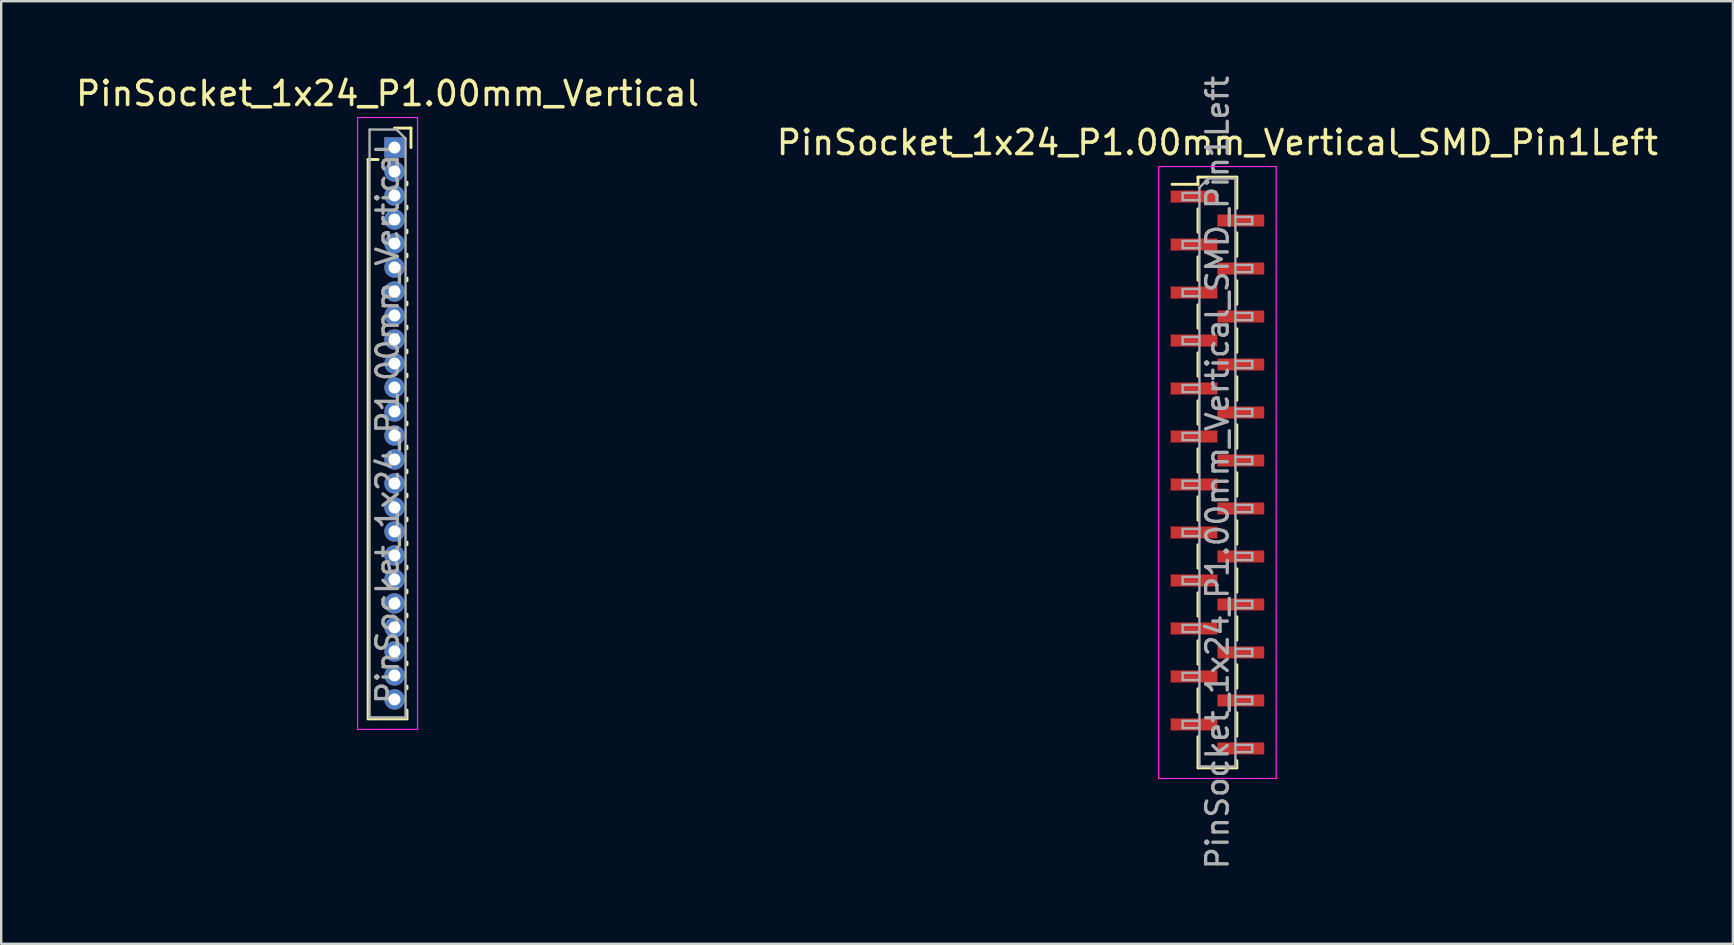
<source format=kicad_pcb>
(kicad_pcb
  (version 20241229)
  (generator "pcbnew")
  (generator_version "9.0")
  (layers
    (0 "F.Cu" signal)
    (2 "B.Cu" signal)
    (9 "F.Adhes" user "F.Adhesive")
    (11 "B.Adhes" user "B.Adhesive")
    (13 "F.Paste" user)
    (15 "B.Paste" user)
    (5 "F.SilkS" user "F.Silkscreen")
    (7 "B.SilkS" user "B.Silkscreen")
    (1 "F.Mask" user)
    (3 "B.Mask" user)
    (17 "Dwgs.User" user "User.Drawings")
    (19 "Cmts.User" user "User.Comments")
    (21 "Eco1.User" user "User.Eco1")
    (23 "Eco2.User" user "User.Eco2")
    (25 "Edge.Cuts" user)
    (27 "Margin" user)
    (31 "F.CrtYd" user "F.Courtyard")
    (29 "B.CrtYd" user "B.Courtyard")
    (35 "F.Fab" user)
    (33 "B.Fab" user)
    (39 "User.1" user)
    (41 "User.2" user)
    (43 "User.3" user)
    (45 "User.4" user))
  (footprint "PinSocket_1x24_P1.00mm_Vertical"
    (layer "F.Cu")
    (at 13.391 3.098)
    (property "Reference" "PinSocket_1x24_P1.00mm_Vertical" (at -0.29 -2.25 0) (layer "F.SilkS") (effects (font (size 1 1) (thickness 0.15))))
    (attr through_hole)
    (fp_line (start -1.1 0.5) (end -1.1 23.81) (stroke (width 0.12) (type solid)) (layer "F.SilkS"))
    (fp_line (start -1.1 0.5) (end -0.685 0.5) (stroke (width 0.12) (type solid)) (layer "F.SilkS"))
    (fp_line (start -1.1 23.81) (end 0.52 23.81) (stroke (width 0.12) (type solid)) (layer "F.SilkS"))
    (fp_line (start 0 -0.81) (end 0.685 -0.81) (stroke (width 0.12) (type solid)) (layer "F.SilkS"))
    (fp_line (start 0.52 1.446) (end 0.52 1.554) (stroke (width 0.12) (type solid)) (layer "F.SilkS"))
    (fp_line (start 0.52 2.446) (end 0.52 2.554) (stroke (width 0.12) (type solid)) (layer "F.SilkS"))
    (fp_line (start 0.52 3.446) (end 0.52 3.554) (stroke (width 0.12) (type solid)) (layer "F.SilkS"))
    (fp_line (start 0.52 4.446) (end 0.52 4.554) (stroke (width 0.12) (type solid)) (layer "F.SilkS"))
    (fp_line (start 0.52 5.446) (end 0.52 5.554) (stroke (width 0.12) (type solid)) (layer "F.SilkS"))
    (fp_line (start 0.52 6.446) (end 0.52 6.554) (stroke (width 0.12) (type solid)) (layer "F.SilkS"))
    (fp_line (start 0.52 7.446) (end 0.52 7.554) (stroke (width 0.12) (type solid)) (layer "F.SilkS"))
    (fp_line (start 0.52 8.446) (end 0.52 8.554) (stroke (width 0.12) (type solid)) (layer "F.SilkS"))
    (fp_line (start 0.52 9.446) (end 0.52 9.554) (stroke (width 0.12) (type solid)) (layer "F.SilkS"))
    (fp_line (start 0.52 10.446) (end 0.52 10.554) (stroke (width 0.12) (type solid)) (layer "F.SilkS"))
    (fp_line (start 0.52 11.446) (end 0.52 11.554) (stroke (width 0.12) (type solid)) (layer "F.SilkS"))
    (fp_line (start 0.52 12.446) (end 0.52 12.554) (stroke (width 0.12) (type solid)) (layer "F.SilkS"))
    (fp_line (start 0.52 13.446) (end 0.52 13.554) (stroke (width 0.12) (type solid)) (layer "F.SilkS"))
    (fp_line (start 0.52 14.446) (end 0.52 14.554) (stroke (width 0.12) (type solid)) (layer "F.SilkS"))
    (fp_line (start 0.52 15.446) (end 0.52 15.554) (stroke (width 0.12) (type solid)) (layer "F.SilkS"))
    (fp_line (start 0.52 16.446) (end 0.52 16.554) (stroke (width 0.12) (type solid)) (layer "F.SilkS"))
    (fp_line (start 0.52 17.446) (end 0.52 17.554) (stroke (width 0.12) (type solid)) (layer "F.SilkS"))
    (fp_line (start 0.52 18.446) (end 0.52 18.554) (stroke (width 0.12) (type solid)) (layer "F.SilkS"))
    (fp_line (start 0.52 19.446) (end 0.52 19.554) (stroke (width 0.12) (type solid)) (layer "F.SilkS"))
    (fp_line (start 0.52 20.446) (end 0.52 20.554) (stroke (width 0.12) (type solid)) (layer "F.SilkS"))
    (fp_line (start 0.52 21.446) (end 0.52 21.554) (stroke (width 0.12) (type solid)) (layer "F.SilkS"))
    (fp_line (start 0.52 22.446) (end 0.52 22.554) (stroke (width 0.12) (type solid)) (layer "F.SilkS"))
    (fp_line (start 0.52 23.446) (end 0.52 23.81) (stroke (width 0.12) (type solid)) (layer "F.SilkS"))
    (fp_line (start 0.685 -0.81) (end 0.685 0) (stroke (width 0.12) (type solid)) (layer "F.SilkS"))
    (fp_line (start -1.54 -1.25) (end 0.96 -1.25) (stroke (width 0.05) (type solid)) (layer "F.CrtYd"))
    (fp_line (start -1.54 24.25) (end -1.54 -1.25) (stroke (width 0.05) (type solid)) (layer "F.CrtYd"))
    (fp_line (start 0.96 -1.25) (end 0.96 24.25) (stroke (width 0.05) (type solid)) (layer "F.CrtYd"))
    (fp_line (start 0.96 24.25) (end -1.54 24.25) (stroke (width 0.05) (type solid)) (layer "F.CrtYd"))
    (fp_line (start -1.04 -0.75) (end 0.085 -0.75) (stroke (width 0.1) (type solid)) (layer "F.Fab"))
    (fp_line (start -1.04 23.75) (end -1.04 -0.75) (stroke (width 0.1) (type solid)) (layer "F.Fab"))
    (fp_line (start 0.085 -0.75) (end 0.46 -0.375) (stroke (width 0.1) (type solid)) (layer "F.Fab"))
    (fp_line (start 0.46 -0.375) (end 0.46 23.75) (stroke (width 0.1) (type solid)) (layer "F.Fab"))
    (fp_line (start 0.46 23.75) (end -1.04 23.75) (stroke (width 0.1) (type solid)) (layer "F.Fab"))
    (fp_text user "${REFERENCE}" (at -0.29 11.5 90) (layer "F.Fab") (effects (font (size 0.9 0.9) (thickness 0.14))))
    (pad "1" thru_hole rect (at 0 0) (size 0.85 0.85) (drill 0.5) (layers "*.Cu" "*.Mask"))
    (pad "2" thru_hole oval (at 0 1) (size 0.85 0.85) (drill 0.5) (layers "*.Cu" "*.Mask"))
    (pad "3" thru_hole oval (at 0 2) (size 0.85 0.85) (drill 0.5) (layers "*.Cu" "*.Mask"))
    (pad "4" thru_hole oval (at 0 3) (size 0.85 0.85) (drill 0.5) (layers "*.Cu" "*.Mask"))
    (pad "5" thru_hole oval (at 0 4) (size 0.85 0.85) (drill 0.5) (layers "*.Cu" "*.Mask"))
    (pad "6" thru_hole oval (at 0 5) (size 0.85 0.85) (drill 0.5) (layers "*.Cu" "*.Mask"))
    (pad "7" thru_hole oval (at 0 6) (size 0.85 0.85) (drill 0.5) (layers "*.Cu" "*.Mask"))
    (pad "8" thru_hole oval (at 0 7) (size 0.85 0.85) (drill 0.5) (layers "*.Cu" "*.Mask"))
    (pad "9" thru_hole oval (at 0 8) (size 0.85 0.85) (drill 0.5) (layers "*.Cu" "*.Mask"))
    (pad "10" thru_hole oval (at 0 9) (size 0.85 0.85) (drill 0.5) (layers "*.Cu" "*.Mask"))
    (pad "11" thru_hole oval (at 0 10) (size 0.85 0.85) (drill 0.5) (layers "*.Cu" "*.Mask"))
    (pad "12" thru_hole oval (at 0 11) (size 0.85 0.85) (drill 0.5) (layers "*.Cu" "*.Mask"))
    (pad "13" thru_hole oval (at 0 12) (size 0.85 0.85) (drill 0.5) (layers "*.Cu" "*.Mask"))
    (pad "14" thru_hole oval (at 0 13) (size 0.85 0.85) (drill 0.5) (layers "*.Cu" "*.Mask"))
    (pad "15" thru_hole oval (at 0 14) (size 0.85 0.85) (drill 0.5) (layers "*.Cu" "*.Mask"))
    (pad "16" thru_hole oval (at 0 15) (size 0.85 0.85) (drill 0.5) (layers "*.Cu" "*.Mask"))
    (pad "17" thru_hole oval (at 0 16) (size 0.85 0.85) (drill 0.5) (layers "*.Cu" "*.Mask"))
    (pad "18" thru_hole oval (at 0 17) (size 0.85 0.85) (drill 0.5) (layers "*.Cu" "*.Mask"))
    (pad "19" thru_hole oval (at 0 18) (size 0.85 0.85) (drill 0.5) (layers "*.Cu" "*.Mask"))
    (pad "20" thru_hole oval (at 0 19) (size 0.85 0.85) (drill 0.5) (layers "*.Cu" "*.Mask"))
    (pad "21" thru_hole oval (at 0 20) (size 0.85 0.85) (drill 0.5) (layers "*.Cu" "*.Mask"))
    (pad "22" thru_hole oval (at 0 21) (size 0.85 0.85) (drill 0.5) (layers "*.Cu" "*.Mask"))
    (pad "23" thru_hole oval (at 0 22) (size 0.85 0.85) (drill 0.5) (layers "*.Cu" "*.Mask"))
    (pad "24" thru_hole oval (at 0 23) (size 0.85 0.85) (drill 0.5) (layers "*.Cu" "*.Mask")))
  (footprint "PinSocket_1x24_P1.00mm_Vertical_SMD_Pin1Left"
    (layer "F.Cu")
    (at 47.685 16.641)
    (property "Reference" "PinSocket_1x24_P1.00mm_Vertical_SMD_Pin1Left" (at 0 -13.75 0) (layer "F.SilkS") (effects (font (size 1 1) (thickness 0.15))))
    (attr smd)
    (fp_line (start -1.89 -12.01) (end -0.81 -12.01) (stroke (width 0.12) (type solid)) (layer "F.SilkS"))
    (fp_line (start -0.81 -12.31) (end -0.81 -12.01) (stroke (width 0.12) (type solid)) (layer "F.SilkS"))
    (fp_line (start -0.81 -12.31) (end 0.81 -12.31) (stroke (width 0.12) (type solid)) (layer "F.SilkS"))
    (fp_line (start -0.81 -10.99) (end -0.81 -10.01) (stroke (width 0.12) (type solid)) (layer "F.SilkS"))
    (fp_line (start -0.81 -8.99) (end -0.81 -8.01) (stroke (width 0.12) (type solid)) (layer "F.SilkS"))
    (fp_line (start -0.81 -6.99) (end -0.81 -6.01) (stroke (width 0.12) (type solid)) (layer "F.SilkS"))
    (fp_line (start -0.81 -4.99) (end -0.81 -4.01) (stroke (width 0.12) (type solid)) (layer "F.SilkS"))
    (fp_line (start -0.81 -2.99) (end -0.81 -2.01) (stroke (width 0.12) (type solid)) (layer "F.SilkS"))
    (fp_line (start -0.81 -0.99) (end -0.81 -0.01) (stroke (width 0.12) (type solid)) (layer "F.SilkS"))
    (fp_line (start -0.81 1.01) (end -0.81 1.99) (stroke (width 0.12) (type solid)) (layer "F.SilkS"))
    (fp_line (start -0.81 3.01) (end -0.81 3.99) (stroke (width 0.12) (type solid)) (layer "F.SilkS"))
    (fp_line (start -0.81 5.01) (end -0.81 5.99) (stroke (width 0.12) (type solid)) (layer "F.SilkS"))
    (fp_line (start -0.81 7.01) (end -0.81 7.99) (stroke (width 0.12) (type solid)) (layer "F.SilkS"))
    (fp_line (start -0.81 9.01) (end -0.81 9.99) (stroke (width 0.12) (type solid)) (layer "F.SilkS"))
    (fp_line (start -0.81 11.01) (end -0.81 12.31) (stroke (width 0.12) (type solid)) (layer "F.SilkS"))
    (fp_line (start -0.81 12.31) (end 0.81 12.31) (stroke (width 0.12) (type solid)) (layer "F.SilkS"))
    (fp_line (start 0.81 -12.31) (end 0.81 -11.01) (stroke (width 0.12) (type solid)) (layer "F.SilkS"))
    (fp_line (start 0.81 -9.99) (end 0.81 -9.01) (stroke (width 0.12) (type solid)) (layer "F.SilkS"))
    (fp_line (start 0.81 -7.99) (end 0.81 -7.01) (stroke (width 0.12) (type solid)) (layer "F.SilkS"))
    (fp_line (start 0.81 -5.99) (end 0.81 -5.01) (stroke (width 0.12) (type solid)) (layer "F.SilkS"))
    (fp_line (start 0.81 -3.99) (end 0.81 -3.01) (stroke (width 0.12) (type solid)) (layer "F.SilkS"))
    (fp_line (start 0.81 -1.99) (end 0.81 -1.01) (stroke (width 0.12) (type solid)) (layer "F.SilkS"))
    (fp_line (start 0.81 0.01) (end 0.81 0.99) (stroke (width 0.12) (type solid)) (layer "F.SilkS"))
    (fp_line (start 0.81 2.01) (end 0.81 2.99) (stroke (width 0.12) (type solid)) (layer "F.SilkS"))
    (fp_line (start 0.81 4.01) (end 0.81 4.99) (stroke (width 0.12) (type solid)) (layer "F.SilkS"))
    (fp_line (start 0.81 6.01) (end 0.81 6.99) (stroke (width 0.12) (type solid)) (layer "F.SilkS"))
    (fp_line (start 0.81 8.01) (end 0.81 8.99) (stroke (width 0.12) (type solid)) (layer "F.SilkS"))
    (fp_line (start 0.81 10.01) (end 0.81 10.99) (stroke (width 0.12) (type solid)) (layer "F.SilkS"))
    (fp_line (start 0.81 12.01) (end 0.81 12.31) (stroke (width 0.12) (type solid)) (layer "F.SilkS"))
    (fp_line (start -2.45 -12.75) (end 2.45 -12.75) (stroke (width 0.05) (type solid)) (layer "F.CrtYd"))
    (fp_line (start -2.45 12.75) (end -2.45 -12.75) (stroke (width 0.05) (type solid)) (layer "F.CrtYd"))
    (fp_line (start 2.45 -12.75) (end 2.45 12.75) (stroke (width 0.05) (type solid)) (layer "F.CrtYd"))
    (fp_line (start 2.45 12.75) (end -2.45 12.75) (stroke (width 0.05) (type solid)) (layer "F.CrtYd"))
    (fp_line (start -1.45 -11.65) (end -0.75 -11.65) (stroke (width 0.1) (type solid)) (layer "F.Fab"))
    (fp_line (start -1.45 -11.35) (end -1.45 -11.65) (stroke (width 0.1) (type solid)) (layer "F.Fab"))
    (fp_line (start -1.45 -9.65) (end -0.75 -9.65) (stroke (width 0.1) (type solid)) (layer "F.Fab"))
    (fp_line (start -1.45 -9.35) (end -1.45 -9.65) (stroke (width 0.1) (type solid)) (layer "F.Fab"))
    (fp_line (start -1.45 -7.65) (end -0.75 -7.65) (stroke (width 0.1) (type solid)) (layer "F.Fab"))
    (fp_line (start -1.45 -7.35) (end -1.45 -7.65) (stroke (width 0.1) (type solid)) (layer "F.Fab"))
    (fp_line (start -1.45 -5.65) (end -0.75 -5.65) (stroke (width 0.1) (type solid)) (layer "F.Fab"))
    (fp_line (start -1.45 -5.35) (end -1.45 -5.65) (stroke (width 0.1) (type solid)) (layer "F.Fab"))
    (fp_line (start -1.45 -3.65) (end -0.75 -3.65) (stroke (width 0.1) (type solid)) (layer "F.Fab"))
    (fp_line (start -1.45 -3.35) (end -1.45 -3.65) (stroke (width 0.1) (type solid)) (layer "F.Fab"))
    (fp_line (start -1.45 -1.65) (end -0.75 -1.65) (stroke (width 0.1) (type solid)) (layer "F.Fab"))
    (fp_line (start -1.45 -1.35) (end -1.45 -1.65) (stroke (width 0.1) (type solid)) (layer "F.Fab"))
    (fp_line (start -1.45 0.35) (end -0.75 0.35) (stroke (width 0.1) (type solid)) (layer "F.Fab"))
    (fp_line (start -1.45 0.65) (end -1.45 0.35) (stroke (width 0.1) (type solid)) (layer "F.Fab"))
    (fp_line (start -1.45 2.35) (end -0.75 2.35) (stroke (width 0.1) (type solid)) (layer "F.Fab"))
    (fp_line (start -1.45 2.65) (end -1.45 2.35) (stroke (width 0.1) (type solid)) (layer "F.Fab"))
    (fp_line (start -1.45 4.35) (end -0.75 4.35) (stroke (width 0.1) (type solid)) (layer "F.Fab"))
    (fp_line (start -1.45 4.65) (end -1.45 4.35) (stroke (width 0.1) (type solid)) (layer "F.Fab"))
    (fp_line (start -1.45 6.35) (end -0.75 6.35) (stroke (width 0.1) (type solid)) (layer "F.Fab"))
    (fp_line (start -1.45 6.65) (end -1.45 6.35) (stroke (width 0.1) (type solid)) (layer "F.Fab"))
    (fp_line (start -1.45 8.35) (end -0.75 8.35) (stroke (width 0.1) (type solid)) (layer "F.Fab"))
    (fp_line (start -1.45 8.65) (end -1.45 8.35) (stroke (width 0.1) (type solid)) (layer "F.Fab"))
    (fp_line (start -1.45 10.35) (end -0.75 10.35) (stroke (width 0.1) (type solid)) (layer "F.Fab"))
    (fp_line (start -1.45 10.65) (end -1.45 10.35) (stroke (width 0.1) (type solid)) (layer "F.Fab"))
    (fp_line (start -0.75 -11.875) (end -0.375 -12.25) (stroke (width 0.1) (type solid)) (layer "F.Fab"))
    (fp_line (start -0.75 -11.35) (end -1.45 -11.35) (stroke (width 0.1) (type solid)) (layer "F.Fab"))
    (fp_line (start -0.75 -9.35) (end -1.45 -9.35) (stroke (width 0.1) (type solid)) (layer "F.Fab"))
    (fp_line (start -0.75 -7.35) (end -1.45 -7.35) (stroke (width 0.1) (type solid)) (layer "F.Fab"))
    (fp_line (start -0.75 -5.35) (end -1.45 -5.35) (stroke (width 0.1) (type solid)) (layer "F.Fab"))
    (fp_line (start -0.75 -3.35) (end -1.45 -3.35) (stroke (width 0.1) (type solid)) (layer "F.Fab"))
    (fp_line (start -0.75 -1.35) (end -1.45 -1.35) (stroke (width 0.1) (type solid)) (layer "F.Fab"))
    (fp_line (start -0.75 0.65) (end -1.45 0.65) (stroke (width 0.1) (type solid)) (layer "F.Fab"))
    (fp_line (start -0.75 2.65) (end -1.45 2.65) (stroke (width 0.1) (type solid)) (layer "F.Fab"))
    (fp_line (start -0.75 4.65) (end -1.45 4.65) (stroke (width 0.1) (type solid)) (layer "F.Fab"))
    (fp_line (start -0.75 6.65) (end -1.45 6.65) (stroke (width 0.1) (type solid)) (layer "F.Fab"))
    (fp_line (start -0.75 8.65) (end -1.45 8.65) (stroke (width 0.1) (type solid)) (layer "F.Fab"))
    (fp_line (start -0.75 10.65) (end -1.45 10.65) (stroke (width 0.1) (type solid)) (layer "F.Fab"))
    (fp_line (start -0.75 12.25) (end -0.75 -11.875) (stroke (width 0.1) (type solid)) (layer "F.Fab"))
    (fp_line (start -0.375 -12.25) (end 0.75 -12.25) (stroke (width 0.1) (type solid)) (layer "F.Fab"))
    (fp_line (start 0.75 -12.25) (end 0.75 12.25) (stroke (width 0.1) (type solid)) (layer "F.Fab"))
    (fp_line (start 0.75 -10.65) (end 1.45 -10.65) (stroke (width 0.1) (type solid)) (layer "F.Fab"))
    (fp_line (start 0.75 -8.65) (end 1.45 -8.65) (stroke (width 0.1) (type solid)) (layer "F.Fab"))
    (fp_line (start 0.75 -6.65) (end 1.45 -6.65) (stroke (width 0.1) (type solid)) (layer "F.Fab"))
    (fp_line (start 0.75 -4.65) (end 1.45 -4.65) (stroke (width 0.1) (type solid)) (layer "F.Fab"))
    (fp_line (start 0.75 -2.65) (end 1.45 -2.65) (stroke (width 0.1) (type solid)) (layer "F.Fab"))
    (fp_line (start 0.75 -0.65) (end 1.45 -0.65) (stroke (width 0.1) (type solid)) (layer "F.Fab"))
    (fp_line (start 0.75 1.35) (end 1.45 1.35) (stroke (width 0.1) (type solid)) (layer "F.Fab"))
    (fp_line (start 0.75 3.35) (end 1.45 3.35) (stroke (width 0.1) (type solid)) (layer "F.Fab"))
    (fp_line (start 0.75 5.35) (end 1.45 5.35) (stroke (width 0.1) (type solid)) (layer "F.Fab"))
    (fp_line (start 0.75 7.35) (end 1.45 7.35) (stroke (width 0.1) (type solid)) (layer "F.Fab"))
    (fp_line (start 0.75 9.35) (end 1.45 9.35) (stroke (width 0.1) (type solid)) (layer "F.Fab"))
    (fp_line (start 0.75 11.35) (end 1.45 11.35) (stroke (width 0.1) (type solid)) (layer "F.Fab"))
    (fp_line (start 0.75 12.25) (end -0.75 12.25) (stroke (width 0.1) (type solid)) (layer "F.Fab"))
    (fp_line (start 1.45 -10.65) (end 1.45 -10.35) (stroke (width 0.1) (type solid)) (layer "F.Fab"))
    (fp_line (start 1.45 -10.35) (end 0.75 -10.35) (stroke (width 0.1) (type solid)) (layer "F.Fab"))
    (fp_line (start 1.45 -8.65) (end 1.45 -8.35) (stroke (width 0.1) (type solid)) (layer "F.Fab"))
    (fp_line (start 1.45 -8.35) (end 0.75 -8.35) (stroke (width 0.1) (type solid)) (layer "F.Fab"))
    (fp_line (start 1.45 -6.65) (end 1.45 -6.35) (stroke (width 0.1) (type solid)) (layer "F.Fab"))
    (fp_line (start 1.45 -6.35) (end 0.75 -6.35) (stroke (width 0.1) (type solid)) (layer "F.Fab"))
    (fp_line (start 1.45 -4.65) (end 1.45 -4.35) (stroke (width 0.1) (type solid)) (layer "F.Fab"))
    (fp_line (start 1.45 -4.35) (end 0.75 -4.35) (stroke (width 0.1) (type solid)) (layer "F.Fab"))
    (fp_line (start 1.45 -2.65) (end 1.45 -2.35) (stroke (width 0.1) (type solid)) (layer "F.Fab"))
    (fp_line (start 1.45 -2.35) (end 0.75 -2.35) (stroke (width 0.1) (type solid)) (layer "F.Fab"))
    (fp_line (start 1.45 -0.65) (end 1.45 -0.35) (stroke (width 0.1) (type solid)) (layer "F.Fab"))
    (fp_line (start 1.45 -0.35) (end 0.75 -0.35) (stroke (width 0.1) (type solid)) (layer "F.Fab"))
    (fp_line (start 1.45 1.35) (end 1.45 1.65) (stroke (width 0.1) (type solid)) (layer "F.Fab"))
    (fp_line (start 1.45 1.65) (end 0.75 1.65) (stroke (width 0.1) (type solid)) (layer "F.Fab"))
    (fp_line (start 1.45 3.35) (end 1.45 3.65) (stroke (width 0.1) (type solid)) (layer "F.Fab"))
    (fp_line (start 1.45 3.65) (end 0.75 3.65) (stroke (width 0.1) (type solid)) (layer "F.Fab"))
    (fp_line (start 1.45 5.35) (end 1.45 5.65) (stroke (width 0.1) (type solid)) (layer "F.Fab"))
    (fp_line (start 1.45 5.65) (end 0.75 5.65) (stroke (width 0.1) (type solid)) (layer "F.Fab"))
    (fp_line (start 1.45 7.35) (end 1.45 7.65) (stroke (width 0.1) (type solid)) (layer "F.Fab"))
    (fp_line (start 1.45 7.65) (end 0.75 7.65) (stroke (width 0.1) (type solid)) (layer "F.Fab"))
    (fp_line (start 1.45 9.35) (end 1.45 9.65) (stroke (width 0.1) (type solid)) (layer "F.Fab"))
    (fp_line (start 1.45 9.65) (end 0.75 9.65) (stroke (width 0.1) (type solid)) (layer "F.Fab"))
    (fp_line (start 1.45 11.35) (end 1.45 11.65) (stroke (width 0.1) (type solid)) (layer "F.Fab"))
    (fp_line (start 1.45 11.65) (end 0.75 11.65) (stroke (width 0.1) (type solid)) (layer "F.Fab"))
    (fp_text user "${REFERENCE}" (at 0 0 90) (layer "F.Fab") (effects (font (size 0.9 0.9) (thickness 0.14))))
    (pad "1" smd rect (at -0.975 -11.5) (size 1.95 0.5) (layers "F.Cu" "F.Mask" "F.Paste"))
    (pad "2" smd rect (at 0.975 -10.5) (size 1.95 0.5) (layers "F.Cu" "F.Mask" "F.Paste"))
    (pad "3" smd rect (at -0.975 -9.5) (size 1.95 0.5) (layers "F.Cu" "F.Mask" "F.Paste"))
    (pad "4" smd rect (at 0.975 -8.5) (size 1.95 0.5) (layers "F.Cu" "F.Mask" "F.Paste"))
    (pad "5" smd rect (at -0.975 -7.5) (size 1.95 0.5) (layers "F.Cu" "F.Mask" "F.Paste"))
    (pad "6" smd rect (at 0.975 -6.5) (size 1.95 0.5) (layers "F.Cu" "F.Mask" "F.Paste"))
    (pad "7" smd rect (at -0.975 -5.5) (size 1.95 0.5) (layers "F.Cu" "F.Mask" "F.Paste"))
    (pad "8" smd rect (at 0.975 -4.5) (size 1.95 0.5) (layers "F.Cu" "F.Mask" "F.Paste"))
    (pad "9" smd rect (at -0.975 -3.5) (size 1.95 0.5) (layers "F.Cu" "F.Mask" "F.Paste"))
    (pad "10" smd rect (at 0.975 -2.5) (size 1.95 0.5) (layers "F.Cu" "F.Mask" "F.Paste"))
    (pad "11" smd rect (at -0.975 -1.5) (size 1.95 0.5) (layers "F.Cu" "F.Mask" "F.Paste"))
    (pad "12" smd rect (at 0.975 -0.5) (size 1.95 0.5) (layers "F.Cu" "F.Mask" "F.Paste"))
    (pad "13" smd rect (at -0.975 0.5) (size 1.95 0.5) (layers "F.Cu" "F.Mask" "F.Paste"))
    (pad "14" smd rect (at 0.975 1.5) (size 1.95 0.5) (layers "F.Cu" "F.Mask" "F.Paste"))
    (pad "15" smd rect (at -0.975 2.5) (size 1.95 0.5) (layers "F.Cu" "F.Mask" "F.Paste"))
    (pad "16" smd rect (at 0.975 3.5) (size 1.95 0.5) (layers "F.Cu" "F.Mask" "F.Paste"))
    (pad "17" smd rect (at -0.975 4.5) (size 1.95 0.5) (layers "F.Cu" "F.Mask" "F.Paste"))
    (pad "18" smd rect (at 0.975 5.5) (size 1.95 0.5) (layers "F.Cu" "F.Mask" "F.Paste"))
    (pad "19" smd rect (at -0.975 6.5) (size 1.95 0.5) (layers "F.Cu" "F.Mask" "F.Paste"))
    (pad "20" smd rect (at 0.975 7.5) (size 1.95 0.5) (layers "F.Cu" "F.Mask" "F.Paste"))
    (pad "21" smd rect (at -0.975 8.5) (size 1.95 0.5) (layers "F.Cu" "F.Mask" "F.Paste"))
    (pad "22" smd rect (at 0.975 9.5) (size 1.95 0.5) (layers "F.Cu" "F.Mask" "F.Paste"))
    (pad "23" smd rect (at -0.975 10.5) (size 1.95 0.5) (layers "F.Cu" "F.Mask" "F.Paste"))
    (pad "24" smd rect (at 0.975 11.5) (size 1.95 0.5) (layers "F.Cu" "F.Mask" "F.Paste")))
  (gr_rect
    (start -3 -3)
    (end 69.167 36.283)
    (stroke (width 0.1) (type default))
    (fill no)
    (layer "Edge.Cuts")))
</source>
